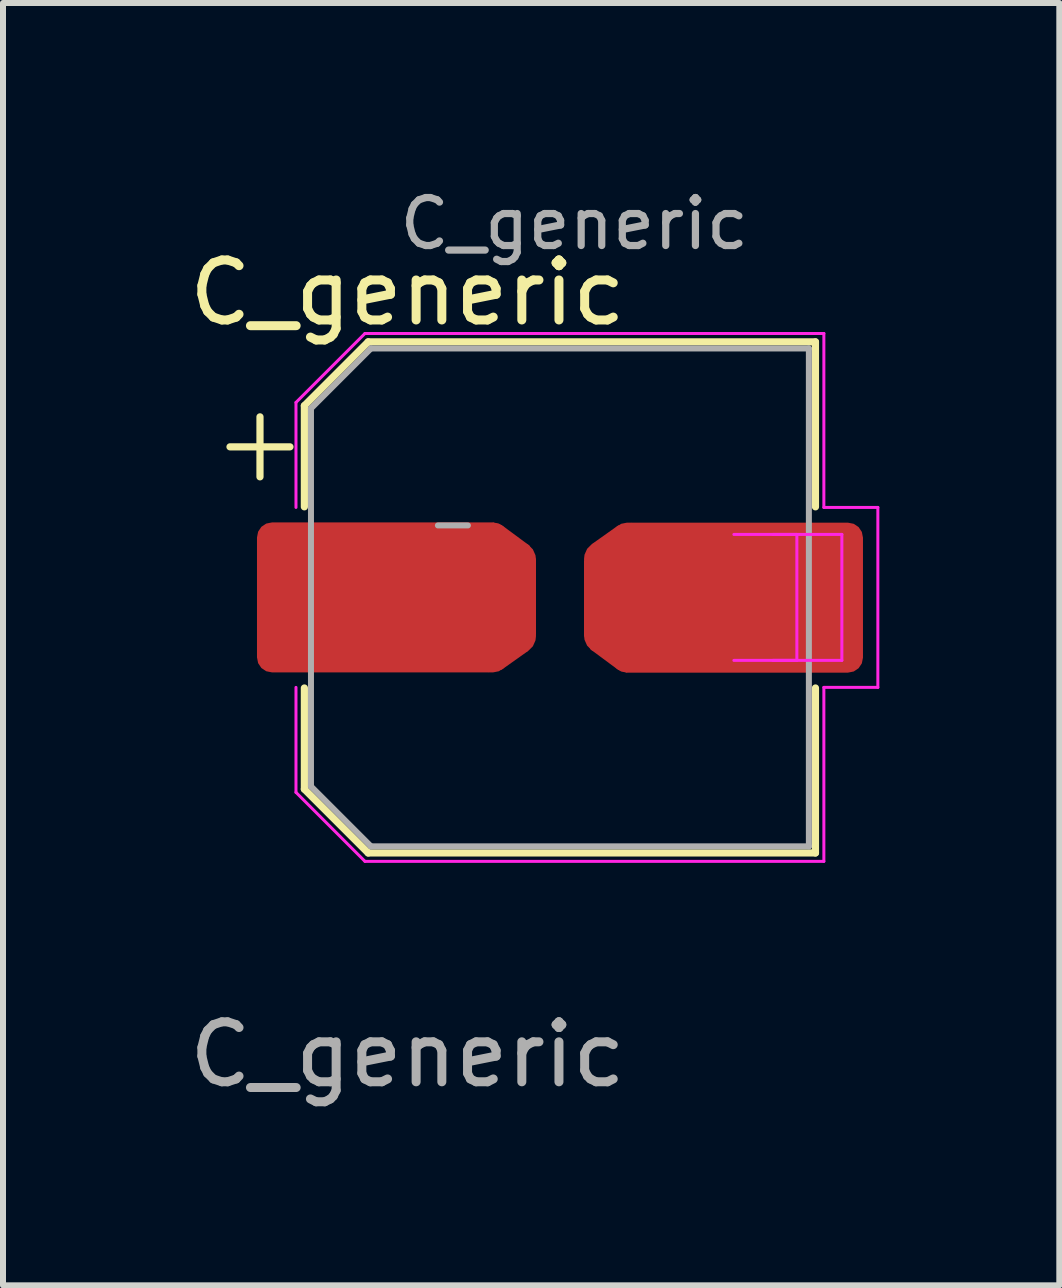
<source format=kicad_pcb>
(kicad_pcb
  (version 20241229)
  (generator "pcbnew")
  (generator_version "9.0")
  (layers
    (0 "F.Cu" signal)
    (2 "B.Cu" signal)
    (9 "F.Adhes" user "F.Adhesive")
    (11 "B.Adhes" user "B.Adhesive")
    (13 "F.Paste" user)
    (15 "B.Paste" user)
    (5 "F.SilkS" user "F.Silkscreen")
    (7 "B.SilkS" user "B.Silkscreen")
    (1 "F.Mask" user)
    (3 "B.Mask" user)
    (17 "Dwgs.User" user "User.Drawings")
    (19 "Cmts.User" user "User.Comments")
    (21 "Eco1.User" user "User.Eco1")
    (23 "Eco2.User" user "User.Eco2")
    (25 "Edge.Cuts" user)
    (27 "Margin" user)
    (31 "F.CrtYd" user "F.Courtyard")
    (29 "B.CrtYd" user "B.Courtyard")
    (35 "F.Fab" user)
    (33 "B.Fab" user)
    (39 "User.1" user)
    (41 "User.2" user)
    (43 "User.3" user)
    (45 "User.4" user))
  (footprint "C_generic"
    (layer "F.Cu")
    (at 6.284 6.909)
    (property "Reference" "C_generic" (at -2.54 -5.08 0) (unlocked yes) (layer "F.SilkS") (effects (font (size 1 1) (thickness 0.15))))
    (attr smd)
    (fp_poly (pts (xy -0.4 -0.628) (xy -0.508 -0.864) (xy -0.971 -1.206) (xy -1.118 -1.25) (xy -1.194 1.25) (xy -1.118 1.168) (xy -0.972 1.206) (xy -0.531 0.893) (xy -0.559 0.686) (xy -0.4 0.61)) (stroke (width 0) (type solid)) (fill yes) (layer "F.Cu"))
    (fp_poly (pts (xy 0.402 0.632) (xy 0.511 0.867) (xy 0.974 1.21) (xy 1.12 1.254) (xy 1.196 -1.246) (xy 1.12 -1.165) (xy 0.974 -1.202) (xy 0.533 -0.889) (xy 0.561 -0.682) (xy 0.403 -0.606)) (stroke (width 0) (type solid)) (fill yes) (layer "F.Cu"))
    (fp_line (start -5.5 -2.51) (end -4.5 -2.51) (stroke (width 0.12) (type solid)) (layer "F.SilkS"))
    (fp_line (start -5 -3.01) (end -5 -2.01) (stroke (width 0.12) (type solid)) (layer "F.SilkS"))
    (fp_line (start -4.26 -3.196) (end -4.26 -1.51) (stroke (width 0.12) (type solid)) (layer "F.SilkS"))
    (fp_line (start -4.26 -3.196) (end -3.196 -4.26) (stroke (width 0.12) (type solid)) (layer "F.SilkS"))
    (fp_line (start -4.26 3.196) (end -4.26 1.51) (stroke (width 0.12) (type solid)) (layer "F.SilkS"))
    (fp_line (start -4.26 3.196) (end -3.196 4.26) (stroke (width 0.12) (type solid)) (layer "F.SilkS"))
    (fp_line (start -3.196 -4.26) (end 4.26 -4.26) (stroke (width 0.12) (type solid)) (layer "F.SilkS"))
    (fp_line (start -3.196 4.26) (end 4.26 4.26) (stroke (width 0.12) (type solid)) (layer "F.SilkS"))
    (fp_line (start 4.26 -4.26) (end 4.26 -1.51) (stroke (width 0.12) (type solid)) (layer "F.SilkS"))
    (fp_line (start 4.26 4.26) (end 4.26 1.51) (stroke (width 0.12) (type solid)) (layer "F.SilkS"))
    (fp_line (start -4.4 -3.25) (end -4.4 -1.5) (stroke (width 0.05) (type solid)) (layer "F.CrtYd"))
    (fp_line (start -4.4 -3.25) (end -3.25 -4.4) (stroke (width 0.05) (type solid)) (layer "F.CrtYd"))
    (fp_line (start -4.4 1.5) (end -4.4 3.25) (stroke (width 0.05) (type solid)) (layer "F.CrtYd"))
    (fp_line (start -4.4 3.25) (end -3.25 4.4) (stroke (width 0.05) (type solid)) (layer "F.CrtYd"))
    (fp_line (start -3.25 -4.4) (end 4.4 -4.4) (stroke (width 0.05) (type solid)) (layer "F.CrtYd"))
    (fp_line (start -3.25 4.4) (end 4.4 4.4) (stroke (width 0.05) (type solid)) (layer "F.CrtYd"))
    (fp_line (start 2.9 -1.05) (end 3.95 -1.05) (stroke (width 0.05) (type solid)) (layer "F.CrtYd"))
    (fp_line (start 3.55 -1.05) (end 4.7 -1.05) (stroke (width 0.05) (type solid)) (layer "F.CrtYd"))
    (fp_line (start 3.95 -1.05) (end 3.95 1.05) (stroke (width 0.05) (type solid)) (layer "F.CrtYd"))
    (fp_line (start 3.95 1.05) (end 2.9 1.05) (stroke (width 0.05) (type solid)) (layer "F.CrtYd"))
    (fp_line (start 4.4 -4.4) (end 4.4 -1.5) (stroke (width 0.05) (type solid)) (layer "F.CrtYd"))
    (fp_line (start 4.4 -1.5) (end 5.3 -1.5) (stroke (width 0.05) (type solid)) (layer "F.CrtYd"))
    (fp_line (start 4.4 1.5) (end 4.4 4.4) (stroke (width 0.05) (type solid)) (layer "F.CrtYd"))
    (fp_line (start 4.7 -1.05) (end 4.7 1.05) (stroke (width 0.05) (type solid)) (layer "F.CrtYd"))
    (fp_line (start 4.7 1.05) (end 3.55 1.05) (stroke (width 0.05) (type solid)) (layer "F.CrtYd"))
    (fp_line (start 5.3 -1.5) (end 5.3 1.5) (stroke (width 0.05) (type solid)) (layer "F.CrtYd"))
    (fp_line (start 5.3 1.5) (end 4.4 1.5) (stroke (width 0.05) (type solid)) (layer "F.CrtYd"))
    (fp_line (start -4.15 -3.15) (end -4.15 3.15) (stroke (width 0.1) (type solid)) (layer "F.Fab"))
    (fp_line (start -4.15 -3.15) (end -3.15 -4.15) (stroke (width 0.1) (type solid)) (layer "F.Fab"))
    (fp_line (start -4.15 3.15) (end -3.15 4.15) (stroke (width 0.1) (type solid)) (layer "F.Fab"))
    (fp_line (start -3.15 -4.15) (end 4.15 -4.15) (stroke (width 0.1) (type solid)) (layer "F.Fab"))
    (fp_line (start -3.15 4.15) (end 4.15 4.15) (stroke (width 0.1) (type solid)) (layer "F.Fab"))
    (fp_line (start -2.034 -1.2) (end -1.534 -1.2) (stroke (width 0.1) (type solid)) (layer "F.Fab"))
    (fp_line (start 4.15 -4.15) (end 4.15 4.15) (stroke (width 0.1) (type solid)) (layer "F.Fab"))
    (fp_text user "${REFERENCE}" (at -2.54 7.62 0) (unlocked yes) (layer "F.Fab") (effects (font (size 1 1) (thickness 0.15))))
    (fp_text user "${REFERENCE}" (at 0.24 -6.23 0) (layer "F.Fab") (effects (font (size 0.8 0.8) (thickness 0.12))))
    (pad "1" smd roundrect (at -2.957 0.000002) (size 4.186 2.5) (layers "F.Cu" "F.Mask" "F.Paste") (roundrect_rratio 0.1))
    (pad "1" smd roundrect (at -2.154 0.007) (size 3.509 1.868) (layers "F.Cu" "F.Mask" "F.Paste") (roundrect_rratio 0.156))
    (pad "2" smd roundrect (at 2.157 -0.003 180) (size 3.509 1.868) (layers "F.Cu" "F.Mask" "F.Paste") (roundrect_rratio 0.156))
    (pad "2" smd roundrect (at 2.959 0.004 180) (size 4.186 2.5) (layers "F.Cu" "F.Mask" "F.Paste") (roundrect_rratio 0.1)))
  (gr_rect
    (start -3 -3)
    (end 14.609 18.377)
    (stroke (width 0.1) (type default))
    (fill no)
    (layer "Edge.Cuts")))
</source>
